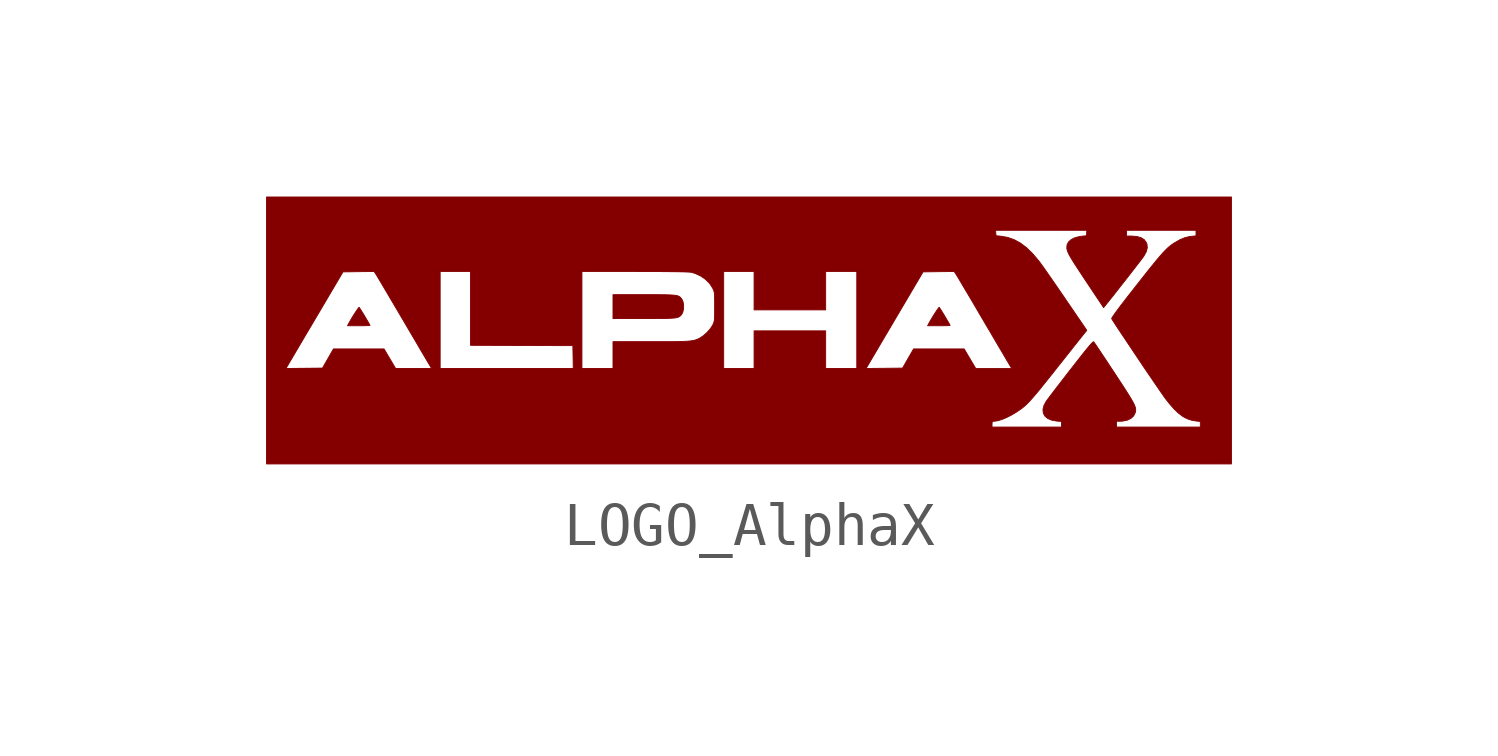
<source format=kicad_sym>
(kicad_symbol_lib
  (version 20210619)
  (generator bitmap2component)
  (symbol "LOGO_AlphaX"
    (pin_names
      (offset 1.016))
    (property "Reference" "#G"
      (at 0 2.483 0)
      (effects (font (size 1.27 1.27)) hide))
    (symbol "LOGO_AlphaX_0_0"
      (polyline (pts (xy 11.302 3.118) (xy -11.302 3.118) (xy -11.302 -0.899) (xy -10.847 -0.899) (xy -10.816 -0.846) (xy -10.804 -0.825) (xy -10.776 -0.777) (xy -10.733 -0.705) (xy -10.677 -0.61) (xy -10.61 -0.496) (xy -10.532 -0.364) (xy -10.446 -0.218) (xy -10.352 -0.059) (xy -10.252 0.109) (xy -10.148 0.285) (xy -9.511 1.364) (xy -9.147 1.369) (xy -8.782 1.373) (xy -8.782 1.373) (xy -7.235 1.373) (xy -6.524 1.373) (xy -3.914 1.373) (xy -2.678 1.373) (xy -0.593 1.373) (xy 0.119 1.373) (xy 0.119 0.474) (xy 1.796 0.474) (xy 1.796 1.373) (xy 2.525 1.373) (xy 2.525 -0.898) (xy 1.796 -0.898) (xy 1.796 -0.017) (xy 0.119 -0.017) (xy 0.119 -0.898) (xy -0.593 -0.898) (xy -0.593 1.373) (xy -2.678 1.373) (xy -2.489 1.372) (xy -2.236 1.372) (xy -2.016 1.371) (xy -1.828 1.369) (xy -1.672 1.367) (xy -1.547 1.365) (xy -1.453 1.361) (xy -1.388 1.358) (xy -1.352 1.354) (xy -1.257 1.326) (xy -1.131 1.267) (xy -1.016 1.187) (xy -0.921 1.092) (xy -0.853 0.987) (xy -0.841 0.962) (xy -0.828 0.932) (xy -0.818 0.901) (xy -0.812 0.865) (xy -0.808 0.818) (xy -0.806 0.753) (xy -0.805 0.666) (xy -0.805 0.551) (xy -0.805 0.468) (xy -0.805 0.373) (xy -0.807 0.302) (xy -0.81 0.25) (xy -0.816 0.21) (xy -0.824 0.179) (xy -0.836 0.149) (xy -0.852 0.115) (xy -0.859 0.102) (xy -0.914 0.021) (xy -0.989 -0.061) (xy -1.072 -0.134) (xy -1.154 -0.187) (xy -1.175 -0.198) (xy -1.21 -0.214) (xy -1.246 -0.228) (xy -1.285 -0.239) (xy -1.331 -0.248) (xy -1.386 -0.255) (xy -1.454 -0.261) (xy -1.538 -0.265) (xy -1.641 -0.268) (xy -1.765 -0.27) (xy -1.915 -0.271) (xy -2.092 -0.271) (xy -2.3 -0.271) (xy -3.186 -0.271) (xy -3.186 -0.898) (xy -3.914 -0.898) (xy -3.914 1.373) (xy -6.524 1.373) (xy -6.524 -0.356) (xy -5.325 -0.36) (xy -4.126 -0.364) (xy -4.121 -0.631) (xy -4.117 -0.898) (xy -7.235 -0.898) (xy -7.235 1.373) (xy -8.782 1.373) (xy -8.74 1.309) (xy -8.732 1.297) (xy -8.707 1.255) (xy -8.667 1.188) (xy -8.613 1.098) (xy -8.548 0.988) (xy -8.473 0.861) (xy -8.389 0.719) (xy -8.298 0.565) (xy -8.201 0.4) (xy -8.1 0.229) (xy -8.036 0.119) (xy -7.938 -0.047) (xy -7.845 -0.205) (xy -7.759 -0.351) (xy -7.682 -0.483) (xy -7.614 -0.598) (xy -7.557 -0.695) (xy -7.513 -0.769) (xy -7.483 -0.819) (xy -7.469 -0.843) (xy -7.436 -0.898) (xy -8.279 -0.898) (xy -8.414 -0.669) (xy -8.549 -0.441) (xy -9.735 -0.441) (xy -9.863 -0.665) (xy -9.992 -0.89) (xy -10.847 -0.899) (xy 2.743 -0.899) (xy 2.774 -0.846) (xy 2.786 -0.825) (xy 2.814 -0.777) (xy 2.857 -0.705) (xy 2.913 -0.61) (xy 2.98 -0.496) (xy 3.058 -0.364) (xy 3.144 -0.218) (xy 3.238 -0.059) (xy 3.337 0.109) (xy 3.441 0.285) (xy 4.078 1.364) (xy 4.443 1.369) (xy 4.807 1.373) (xy 4.849 1.309) (xy 4.857 1.297) (xy 4.883 1.255) (xy 4.923 1.188) (xy 4.976 1.098) (xy 5.041 0.988) (xy 5.117 0.861) (xy 5.201 0.719) (xy 5.292 0.565) (xy 5.388 0.4) (xy 5.489 0.229) (xy 5.553 0.119) (xy 5.652 -0.047) (xy 5.744 -0.205) (xy 5.83 -0.351) (xy 5.908 -0.483) (xy 5.976 -0.598) (xy 6.032 -0.695) (xy 6.077 -0.769) (xy 6.106 -0.819) (xy 6.12 -0.843) (xy 6.154 -0.898) (xy 5.311 -0.898) (xy 5.041 -0.441) (xy 4.448 -0.441) (xy 3.855 -0.441) (xy 3.726 -0.665) (xy 3.597 -0.89) (xy 2.743 -0.899) (xy -10.847 -0.899) (xy -11.302 -0.899) (xy -11.302 -2.203) (xy 5.693 -2.203) (xy 5.694 -2.187) (xy 5.697 -2.152) (xy 5.712 -2.138) (xy 5.745 -2.135) (xy 5.82 -2.125) (xy 5.919 -2.096) (xy 6.03 -2.05) (xy 6.149 -1.99) (xy 6.269 -1.918) (xy 6.384 -1.839) (xy 6.407 -1.821) (xy 6.448 -1.787) (xy 6.491 -1.749) (xy 6.536 -1.704) (xy 6.588 -1.65) (xy 6.646 -1.584) (xy 6.714 -1.505) (xy 6.793 -1.411) (xy 6.884 -1.298) (xy 6.991 -1.165) (xy 7.115 -1.01) (xy 7.257 -0.83) (xy 7.285 -0.795) (xy 7.391 -0.662) (xy 7.491 -0.535) (xy 7.584 -0.417) (xy 7.667 -0.313) (xy 7.738 -0.223) (xy 7.795 -0.152) (xy 7.835 -0.101) (xy 7.857 -0.075) (xy 7.913 -0.005) (xy 7.411 0.73) (xy 7.388 0.764) (xy 7.288 0.91) (xy 7.191 1.051) (xy 7.099 1.184) (xy 7.015 1.305) (xy 6.94 1.412) (xy 6.878 1.5) (xy 6.829 1.567) (xy 6.798 1.61) (xy 6.784 1.627) (xy 6.64 1.796) (xy 6.499 1.933) (xy 6.357 2.04) (xy 6.211 2.119) (xy 6.06 2.172) (xy 5.901 2.2) (xy 5.787 2.211) (xy 5.781 2.275) (xy 5.776 2.338) (xy 7.915 2.338) (xy 7.91 2.275) (xy 7.905 2.211) (xy 7.786 2.198) (xy 7.752 2.194) (xy 7.639 2.166) (xy 7.55 2.123) (xy 7.486 2.066) (xy 7.45 1.997) (xy 7.445 1.919) (xy 7.448 1.9) (xy 7.456 1.868) (xy 7.468 1.833) (xy 7.487 1.791) (xy 7.513 1.741) (xy 7.549 1.679) (xy 7.595 1.603) (xy 7.655 1.51) (xy 7.729 1.397) (xy 7.818 1.261) (xy 7.925 1.1) (xy 8.307 0.527) (xy 8.412 0.658) (xy 8.465 0.724) (xy 8.543 0.822) (xy 8.628 0.93) (xy 8.717 1.044) (xy 8.808 1.159) (xy 8.897 1.273) (xy 8.982 1.383) (xy 9.06 1.484) (xy 9.129 1.572) (xy 9.184 1.645) (xy 9.225 1.698) (xy 9.247 1.729) (xy 9.255 1.742) (xy 9.309 1.842) (xy 9.331 1.932) (xy 9.322 2.015) (xy 9.31 2.047) (xy 9.262 2.116) (xy 9.188 2.164) (xy 9.087 2.193) (xy 8.96 2.203) (xy 8.845 2.203) (xy 8.845 2.338) (xy 10.472 2.338) (xy 10.472 2.208) (xy 10.362 2.197) (xy 10.322 2.192) (xy 10.209 2.165) (xy 10.092 2.116) (xy 9.963 2.042) (xy 9.945 2.03) (xy 9.905 2.003) (xy 9.866 1.973) (xy 9.825 1.94) (xy 9.783 1.9) (xy 9.735 1.852) (xy 9.682 1.795) (xy 9.621 1.725) (xy 9.551 1.643) (xy 9.471 1.544) (xy 9.377 1.429) (xy 9.27 1.294) (xy 9.147 1.137) (xy 9.006 0.958) (xy 8.846 0.754) (xy 8.781 0.67) (xy 8.702 0.567) (xy 8.633 0.474) (xy 8.575 0.395) (xy 8.531 0.332) (xy 8.504 0.29) (xy 8.495 0.271) (xy 8.501 0.26) (xy 8.524 0.222) (xy 8.563 0.161) (xy 8.616 0.08) (xy 8.681 -0.018) (xy 8.756 -0.131) (xy 8.839 -0.255) (xy 8.928 -0.388) (xy 9.021 -0.527) (xy 9.116 -0.669) (xy 9.211 -0.811) (xy 9.305 -0.95) (xy 9.396 -1.083) (xy 9.481 -1.208) (xy 9.559 -1.322) (xy 9.627 -1.421) (xy 9.684 -1.503) (xy 9.727 -1.565) (xy 9.756 -1.605) (xy 9.847 -1.72) (xy 9.957 -1.846) (xy 10.06 -1.945) (xy 10.16 -2.021) (xy 10.26 -2.075) (xy 10.363 -2.11) (xy 10.473 -2.129) (xy 10.573 -2.14) (xy 10.573 -2.271) (xy 8.608 -2.271) (xy 8.608 -2.135) (xy 8.697 -2.135) (xy 8.751 -2.132) (xy 8.858 -2.111) (xy 8.945 -2.07) (xy 9.01 -2.011) (xy 9.047 -1.936) (xy 9.05 -1.928) (xy 9.056 -1.898) (xy 9.059 -1.868) (xy 9.056 -1.835) (xy 9.046 -1.797) (xy 9.028 -1.751) (xy 9.001 -1.696) (xy 8.962 -1.627) (xy 8.912 -1.544) (xy 8.848 -1.442) (xy 8.77 -1.32) (xy 8.675 -1.175) (xy 8.563 -1.004) (xy 8.546 -0.978) (xy 8.454 -0.84) (xy 8.369 -0.71) (xy 8.29 -0.593) (xy 8.222 -0.489) (xy 8.164 -0.403) (xy 8.119 -0.336) (xy 8.089 -0.293) (xy 8.076 -0.275) (xy 8.072 -0.273) (xy 8.059 -0.278) (xy 8.039 -0.296) (xy 8.009 -0.328) (xy 7.968 -0.375) (xy 7.914 -0.44) (xy 7.845 -0.525) (xy 7.761 -0.631) (xy 7.66 -0.76) (xy 7.539 -0.915) (xy 7.533 -0.922) (xy 7.429 -1.056) (xy 7.33 -1.185) (xy 7.238 -1.304) (xy 7.154 -1.413) (xy 7.083 -1.506) (xy 7.025 -1.583) (xy 6.984 -1.638) (xy 6.961 -1.67) (xy 6.91 -1.765) (xy 6.886 -1.859) (xy 6.894 -1.942) (xy 6.931 -2.013) (xy 6.997 -2.07) (xy 7.091 -2.11) (xy 7.21 -2.131) (xy 7.32 -2.14) (xy 7.32 -2.271) (xy 5.693 -2.271) (xy 5.693 -2.203) (xy -11.302 -2.203) (xy -11.302 -3.135) (xy 11.302 -3.135) (xy 11.302 3.118)) (stroke (width 0.01)) (fill (type outline)))
      (polyline (pts (xy -9.089 0.102) (xy -9.006 0.103) (xy -8.939 0.105) (xy -8.895 0.107) (xy -8.879 0.11) (xy -8.887 0.127) (xy -8.909 0.167) (xy -8.941 0.223) (xy -8.98 0.289) (xy -9.021 0.358) (xy -9.061 0.423) (xy -9.096 0.478) (xy -9.121 0.518) (xy -9.134 0.534) (xy -9.138 0.532) (xy -9.158 0.508) (xy -9.189 0.464) (xy -9.228 0.405) (xy -9.271 0.338) (xy -9.314 0.267) (xy -9.353 0.199) (xy -9.386 0.14) (xy -9.405 0.102) (xy -9.142 0.102) (xy -9.089 0.102)) (stroke (width 0.01)) (fill (type outline)))
      (polyline (pts (xy -2.12 0.272) (xy -1.992 0.273) (xy -1.887 0.275) (xy -1.805 0.279) (xy -1.741 0.284) (xy -1.692 0.292) (xy -1.656 0.303) (xy -1.629 0.317) (xy -1.608 0.334) (xy -1.589 0.354) (xy -1.571 0.379) (xy -1.55 0.422) (xy -1.533 0.498) (xy -1.532 0.582) (xy -1.544 0.661) (xy -1.571 0.722) (xy -1.589 0.746) (xy -1.607 0.767) (xy -1.628 0.784) (xy -1.654 0.798) (xy -1.69 0.809) (xy -1.738 0.817) (xy -1.802 0.822) (xy -1.883 0.826) (xy -1.986 0.829) (xy -2.114 0.83) (xy -2.269 0.83) (xy -3.186 0.83) (xy -3.186 0.271) (xy -2.277 0.271) (xy -2.12 0.272)) (stroke (width 0.01)) (fill (type outline)))
      (polyline (pts (xy 4.501 0.102) (xy 4.584 0.103) (xy 4.651 0.105) (xy 4.695 0.107) (xy 4.711 0.11) (xy 4.703 0.127) (xy 4.681 0.167) (xy 4.648 0.223) (xy 4.609 0.289) (xy 4.568 0.358) (xy 4.528 0.423) (xy 4.494 0.478) (xy 4.468 0.518) (xy 4.456 0.534) (xy 4.451 0.532) (xy 4.432 0.508) (xy 4.4 0.464) (xy 4.362 0.405) (xy 4.319 0.338) (xy 4.276 0.267) (xy 4.236 0.199) (xy 4.204 0.14) (xy 4.184 0.102) (xy 4.447 0.102) (xy 4.501 0.102)) (stroke (width 0.01)) (fill (type outline))))))
</source>
